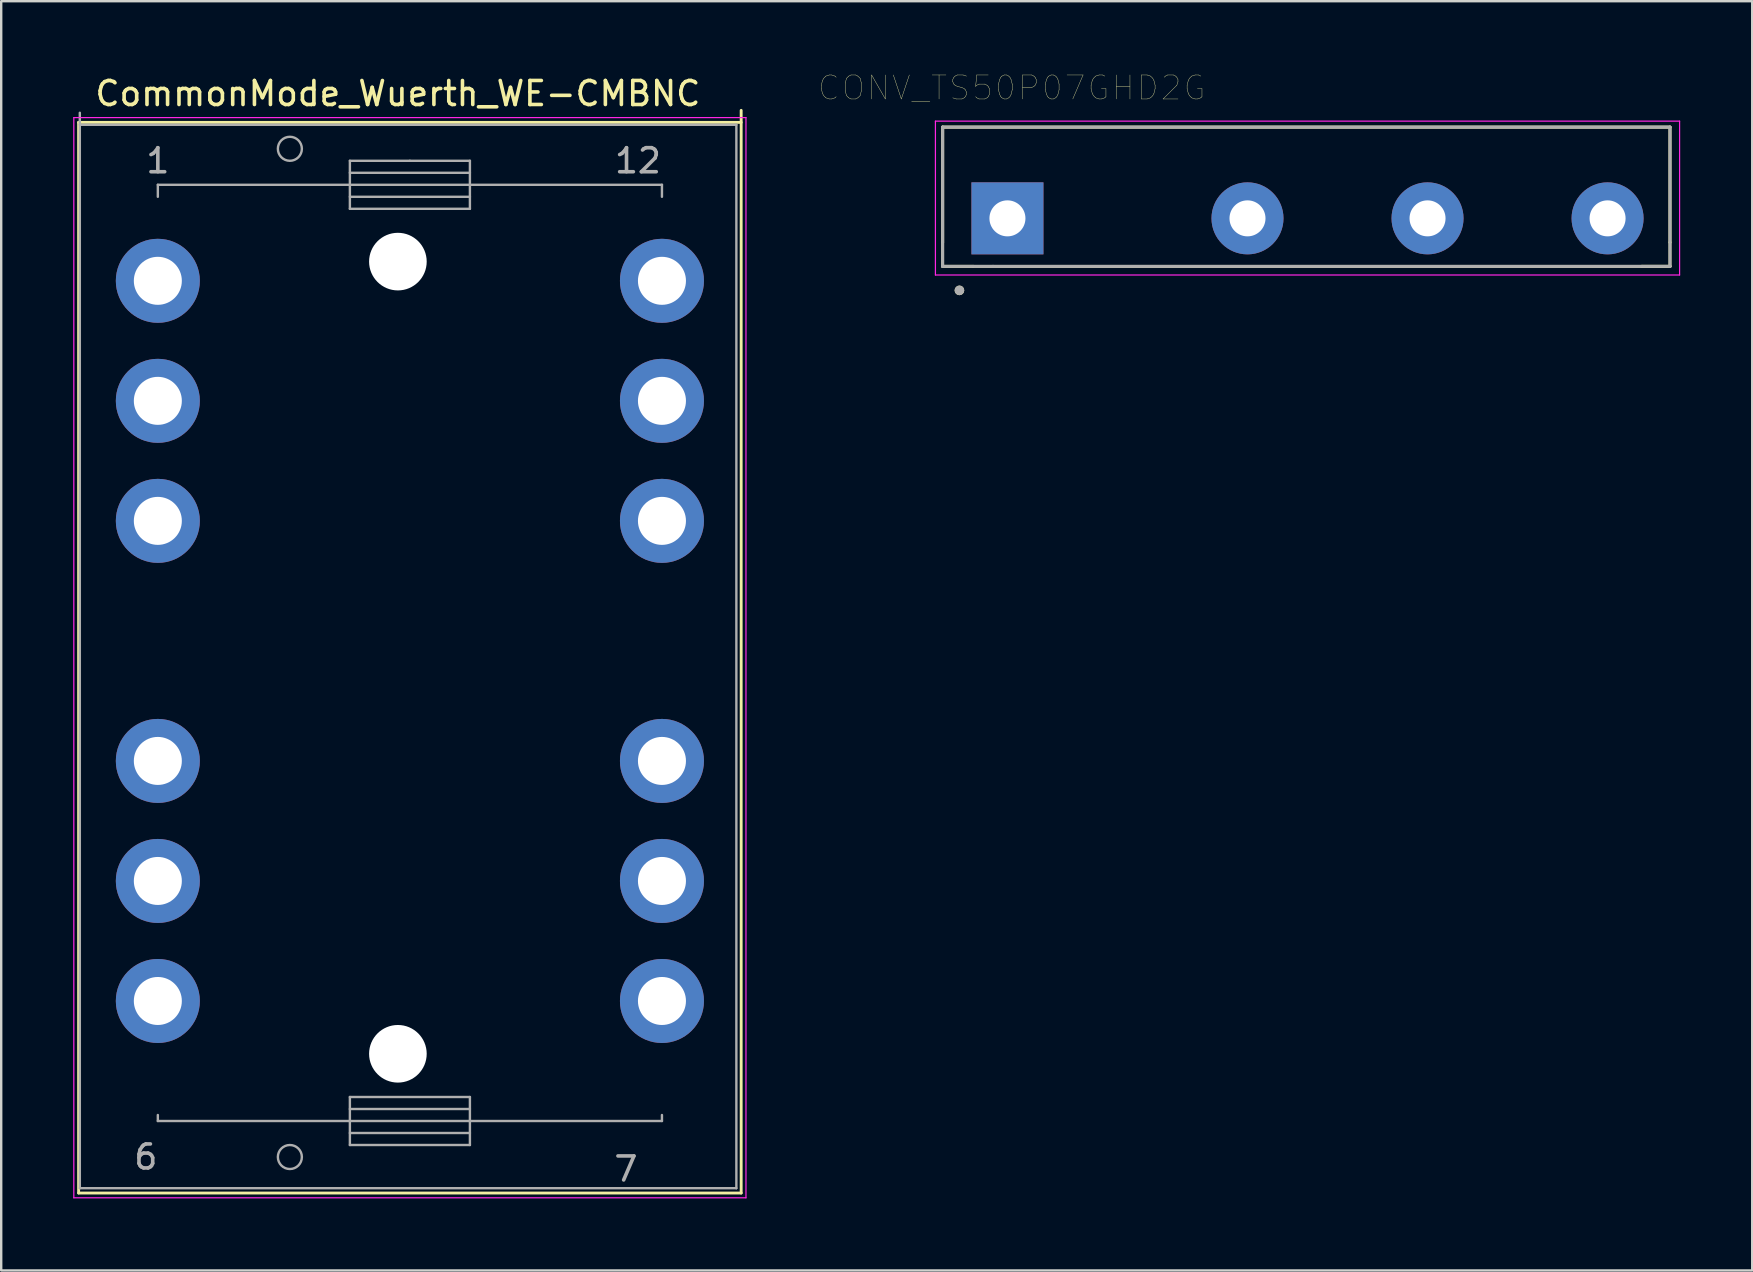
<source format=kicad_pcb>
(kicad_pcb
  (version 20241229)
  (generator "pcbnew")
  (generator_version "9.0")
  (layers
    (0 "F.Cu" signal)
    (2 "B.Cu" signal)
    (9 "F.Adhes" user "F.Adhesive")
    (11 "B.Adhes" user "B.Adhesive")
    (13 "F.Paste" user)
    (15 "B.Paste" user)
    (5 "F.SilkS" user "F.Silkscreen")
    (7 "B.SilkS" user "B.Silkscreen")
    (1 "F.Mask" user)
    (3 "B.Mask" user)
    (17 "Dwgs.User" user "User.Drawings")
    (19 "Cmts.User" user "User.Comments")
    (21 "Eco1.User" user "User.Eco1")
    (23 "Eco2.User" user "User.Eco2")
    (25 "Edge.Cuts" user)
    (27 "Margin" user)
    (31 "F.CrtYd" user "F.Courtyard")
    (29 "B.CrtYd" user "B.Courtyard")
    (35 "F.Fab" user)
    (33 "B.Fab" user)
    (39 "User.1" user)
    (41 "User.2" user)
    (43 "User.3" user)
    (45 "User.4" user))
  (footprint "CommonMode_Wuerth_WE-CMBNC"
    (layer "F.Cu")
    (at 13.525 24.348)
    (property "Reference" "CommonMode_Wuerth_WE-CMBNC" (at 0 -23.5 0) (layer "F.SilkS") (effects (font (size 1 1) (thickness 0.15))))
    (attr through_hole)
    (fp_line (start -13.3 -22.3) (end 14.3 -22.3) (stroke (width 0.12) (type solid)) (layer "F.SilkS"))
    (fp_line (start -13.3 22.3) (end -13.3 -22.3) (stroke (width 0.12) (type solid)) (layer "F.SilkS"))
    (fp_line (start -13.3 22.3) (end 14.3 22.3) (stroke (width 0.12) (type solid)) (layer "F.SilkS"))
    (fp_line (start 14.3 -22.8) (end 14.3 22.3) (stroke (width 0.12) (type solid)) (layer "F.SilkS"))
    (fp_line (start -13.5 -22.5) (end 14.5 -22.5) (stroke (width 0.05) (type solid)) (layer "F.CrtYd"))
    (fp_line (start -13.5 22.5) (end -13.5 -22.5) (stroke (width 0.05) (type solid)) (layer "F.CrtYd"))
    (fp_line (start -13.5 22.5) (end 14.5 22.5) (stroke (width 0.05) (type solid)) (layer "F.CrtYd"))
    (fp_line (start 14.5 22.5) (end 14.5 -22.5) (stroke (width 0.05) (type solid)) (layer "F.CrtYd"))
    (fp_line (start -13.25 -22.7) (end -13.25 22.1) (stroke (width 0.1) (type solid)) (layer "F.Fab"))
    (fp_line (start -10 -19.7) (end -10 -19.2) (stroke (width 0.1) (type solid)) (layer "F.Fab"))
    (fp_line (start -10 -19.7) (end -2 -19.7) (stroke (width 0.1) (type solid)) (layer "F.Fab"))
    (fp_line (start -10 19.3) (end -10 19.05) (stroke (width 0.1) (type solid)) (layer "F.Fab"))
    (fp_line (start -2 -20.7) (end 0.5 -20.7) (stroke (width 0.1) (type solid)) (layer "F.Fab"))
    (fp_line (start -2 -19.7) (end 3 -19.7) (stroke (width 0.1) (type solid)) (layer "F.Fab"))
    (fp_line (start -2 -19.2) (end 3 -19.2) (stroke (width 0.1) (type solid)) (layer "F.Fab"))
    (fp_line (start -2 -18.7) (end -2 -20.7) (stroke (width 0.1) (type solid)) (layer "F.Fab"))
    (fp_line (start -2 18.3) (end 3 18.3) (stroke (width 0.1) (type solid)) (layer "F.Fab"))
    (fp_line (start -2 19.3) (end -10 19.3) (stroke (width 0.1) (type solid)) (layer "F.Fab"))
    (fp_line (start -2 19.8) (end 3 19.8) (stroke (width 0.1) (type solid)) (layer "F.Fab"))
    (fp_line (start -2 20.3) (end -2 18.3) (stroke (width 0.1) (type solid)) (layer "F.Fab"))
    (fp_line (start 0.5 -20.7) (end 3 -20.7) (stroke (width 0.1) (type solid)) (layer "F.Fab"))
    (fp_line (start 3 -20.7) (end 3 -18.7) (stroke (width 0.1) (type solid)) (layer "F.Fab"))
    (fp_line (start 3 -20.2) (end -2 -20.2) (stroke (width 0.1) (type solid)) (layer "F.Fab"))
    (fp_line (start 3 -19.7) (end 11 -19.7) (stroke (width 0.1) (type solid)) (layer "F.Fab"))
    (fp_line (start 3 -18.7) (end -2 -18.7) (stroke (width 0.1) (type solid)) (layer "F.Fab"))
    (fp_line (start 3 18.3) (end 3 20.3) (stroke (width 0.1) (type solid)) (layer "F.Fab"))
    (fp_line (start 3 18.8) (end -2 18.8) (stroke (width 0.1) (type solid)) (layer "F.Fab"))
    (fp_line (start 3 19.3) (end -2 19.3) (stroke (width 0.1) (type solid)) (layer "F.Fab"))
    (fp_line (start 3 19.3) (end 11 19.3) (stroke (width 0.1) (type solid)) (layer "F.Fab"))
    (fp_line (start 3 20.3) (end -2 20.3) (stroke (width 0.1) (type solid)) (layer "F.Fab"))
    (fp_line (start 11 -19.7) (end 11 -19.2) (stroke (width 0.1) (type solid)) (layer "F.Fab"))
    (fp_line (start 11 19.3) (end 11 19.05) (stroke (width 0.1) (type solid)) (layer "F.Fab"))
    (fp_line (start 14.1 -22.2) (end -13.25 -22.2) (stroke (width 0.1) (type solid)) (layer "F.Fab"))
    (fp_line (start 14.1 22.1) (end -13.25 22.1) (stroke (width 0.1) (type solid)) (layer "F.Fab"))
    (fp_line (start 14.1 22.1) (end 14.1 -22.2) (stroke (width 0.1) (type solid)) (layer "F.Fab"))
    (fp_circle (center -4.5 -21.2) (end -4 -21.2) (stroke (width 0.1) (type solid)) (fill no) (layer "F.Fab"))
    (fp_circle (center -4.5 20.8) (end -4 20.8) (stroke (width 0.1) (type solid)) (fill no) (layer "F.Fab"))
    (fp_text user "1" (at -10 -20.7 0) (layer "F.Fab") (effects (font (size 1 1) (thickness 0.15))))
    (fp_text user "12" (at 10 -20.7 0) (layer "F.Fab") (effects (font (size 1 1) (thickness 0.15))))
    (fp_text user "6" (at -10.5 20.8 0) (layer "F.Fab") (effects (font (size 1 1) (thickness 0.15))))
    (fp_text user "7" (at 9.5 21.3 0) (layer "F.Fab") (effects (font (size 1 1) (thickness 0.15))))
    (pad "" np_thru_hole circle (at 0 -16.5) (size 2.4 2.4) (drill 2.4) (layers "*.Cu" "*.Mask"))
    (pad "" np_thru_hole circle (at 0 16.5) (size 2.4 2.4) (drill 2.4) (layers "*.Cu" "*.Mask"))
    (pad "1" thru_hole circle (at -10 -15.7) (size 3.5 3.5) (drill 2) (layers "*.Cu" "*.Mask"))
    (pad "1" thru_hole circle (at -10 -10.7) (size 3.5 3.5) (drill 2) (layers "*.Cu" "*.Mask"))
    (pad "1" thru_hole circle (at -10 -5.7) (size 3.5 3.5) (drill 2) (layers "*.Cu" "*.Mask"))
    (pad "2" thru_hole circle (at 11 -15.7) (size 3.5 3.5) (drill 2) (layers "*.Cu" "*.Mask"))
    (pad "2" thru_hole circle (at 11 -10.7) (size 3.5 3.5) (drill 2) (layers "*.Cu" "*.Mask"))
    (pad "2" thru_hole circle (at 11 -5.7) (size 3.5 3.5) (drill 2) (layers "*.Cu" "*.Mask"))
    (pad "3" thru_hole circle (at -10 4.3) (size 3.5 3.5) (drill 2) (layers "*.Cu" "*.Mask"))
    (pad "3" thru_hole circle (at -10 9.3) (size 3.5 3.5) (drill 2) (layers "*.Cu" "*.Mask"))
    (pad "3" thru_hole circle (at -10 14.3) (size 3.5 3.5) (drill 2) (layers "*.Cu" "*.Mask"))
    (pad "4" thru_hole circle (at 11 4.3) (size 3.5 3.5) (drill 2) (layers "*.Cu" "*.Mask"))
    (pad "4" thru_hole circle (at 11 9.3) (size 3.5 3.5) (drill 2) (layers "*.Cu" "*.Mask"))
    (pad "4" thru_hole circle (at 11 14.3) (size 3.5 3.5) (drill 2) (layers "*.Cu" "*.Mask")))
  (footprint "CONV_TS50P07GHD2G"
    (layer "F.Cu")
    (at 38.917 6.046)
    (property "Reference" "CONV_TS50P07GHD2G" (at 0.175 -5.435 0) (layer "F.SilkS") (effects (font (size 1 1) (thickness 0.015))))
    (attr through_hole)
    (fp_line (start -2.7 -3.8) (end 27.6 -3.8) (stroke (width 0.127) (type solid)) (layer "F.SilkS"))
    (fp_line (start -2.7 1) (end -2.7 -3.8) (stroke (width 0.127) (type solid)) (layer "F.SilkS"))
    (fp_line (start -2.7 2) (end -2.7 1) (stroke (width 0.12) (type solid)) (layer "F.SilkS"))
    (fp_line (start -1.43 2) (end -2.7 2) (stroke (width 0.127) (type solid)) (layer "F.SilkS"))
    (fp_line (start 26.43 2) (end -1.43 2) (stroke (width 0.12) (type solid)) (layer "F.SilkS"))
    (fp_line (start 27.6 -3.8) (end 27.6 1) (stroke (width 0.127) (type solid)) (layer "F.SilkS"))
    (fp_line (start 27.6 1) (end 27.6 2) (stroke (width 0.12) (type solid)) (layer "F.SilkS"))
    (fp_line (start 27.6 2) (end 26.43 2) (stroke (width 0.12) (type solid)) (layer "F.SilkS"))
    (fp_line (start 27.6 2) (end 26.43 2) (stroke (width 0.127) (type solid)) (layer "F.SilkS"))
    (fp_circle (center -2 3) (end -1.9 3) (stroke (width 0.2) (type solid)) (fill no) (layer "F.SilkS"))
    (fp_line (start -3 -4.05) (end 28 -4.05) (stroke (width 0.05) (type solid)) (layer "F.CrtYd"))
    (fp_line (start -3 2.36) (end -3 -4.05) (stroke (width 0.05) (type solid)) (layer "F.CrtYd"))
    (fp_line (start 28 -4.05) (end 28 2.36) (stroke (width 0.05) (type solid)) (layer "F.CrtYd"))
    (fp_line (start 28 2.36) (end -3 2.36) (stroke (width 0.05) (type solid)) (layer "F.CrtYd"))
    (fp_line (start -2.7 -3.8) (end 27.6 -3.8) (stroke (width 0.127) (type solid)) (layer "F.Fab"))
    (fp_line (start -2.7 2) (end -2.7 -3.8) (stroke (width 0.127) (type solid)) (layer "F.Fab"))
    (fp_line (start -0.6 2) (end -2.7 2) (stroke (width 0.127) (type solid)) (layer "F.Fab"))
    (fp_line (start 27.6 -3.8) (end 27.6 2) (stroke (width 0.127) (type solid)) (layer "F.Fab"))
    (fp_line (start 27.6 2) (end -0.6 2) (stroke (width 0.127) (type solid)) (layer "F.Fab"))
    (fp_circle (center -2 3) (end -1.9 3) (stroke (width 0.2) (type solid)) (fill no) (layer "F.Fab"))
    (pad "1" thru_hole rect (at 0 0) (size 3 3) (drill 1.5) (layers "*.Cu" "*.Mask"))
    (pad "2" thru_hole circle (at 10 0) (size 3 3) (drill 1.5) (layers "*.Cu" "*.Mask"))
    (pad "3" thru_hole circle (at 17.5 0) (size 3 3) (drill 1.5) (layers "*.Cu" "*.Mask"))
    (pad "4" thru_hole circle (at 25 0) (size 3 3) (drill 1.5) (layers "*.Cu" "*.Mask")))
  (gr_rect
    (start -3 -3)
    (end 69.942 49.873)
    (stroke (width 0.1) (type default))
    (fill no)
    (layer "Edge.Cuts")))
</source>
